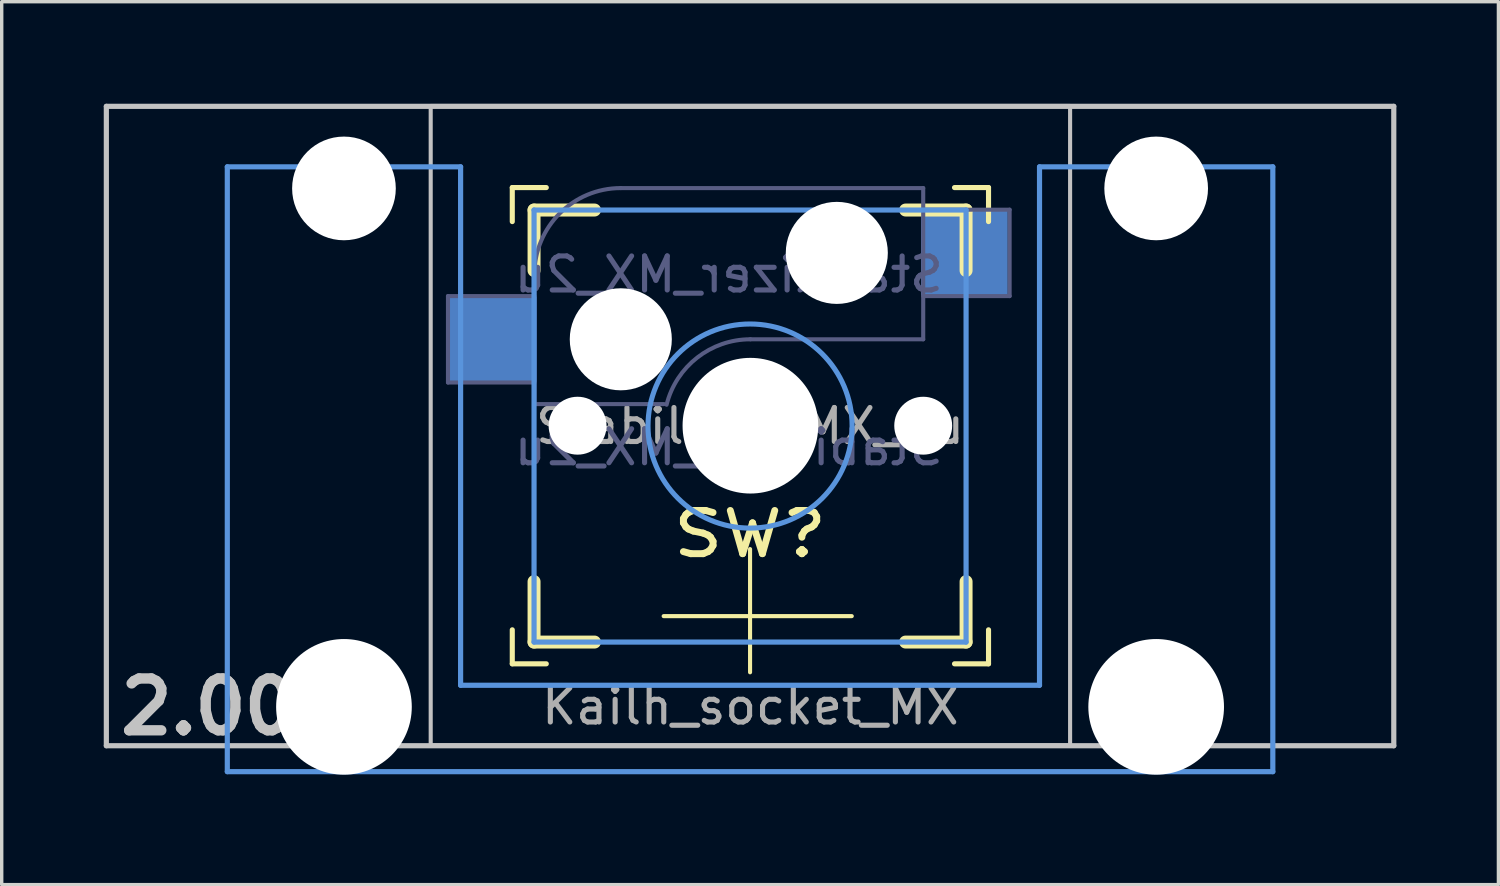
<source format=kicad_pcb>
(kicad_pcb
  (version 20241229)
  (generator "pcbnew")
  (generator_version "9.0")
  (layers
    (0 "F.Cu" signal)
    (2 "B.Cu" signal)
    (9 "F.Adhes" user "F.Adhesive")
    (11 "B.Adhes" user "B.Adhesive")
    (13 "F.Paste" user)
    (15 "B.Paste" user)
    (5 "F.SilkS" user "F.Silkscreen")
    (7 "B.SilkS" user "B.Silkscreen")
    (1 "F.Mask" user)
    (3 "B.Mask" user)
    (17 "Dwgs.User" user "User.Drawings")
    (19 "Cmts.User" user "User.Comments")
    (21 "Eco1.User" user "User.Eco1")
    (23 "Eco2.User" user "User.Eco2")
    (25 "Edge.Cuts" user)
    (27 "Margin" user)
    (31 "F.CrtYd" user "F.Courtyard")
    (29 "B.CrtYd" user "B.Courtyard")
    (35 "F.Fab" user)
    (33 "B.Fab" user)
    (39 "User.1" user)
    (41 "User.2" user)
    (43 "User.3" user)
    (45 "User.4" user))
  (footprint "Stabilizer_MX_2u"
    (layer "F.Cu")
    (at 18.999 9.474)
    (property "Reference" "Stabilizer_MX_2u" (at 0 0 0) (layer "F.Fab") (effects (font (size 1 1) (thickness 0.15))))
    (property "Value" "Stabilizer_MX_2u" (at 0 10.16 0) (layer "F.Fab") (hide yes) (effects (font (size 1 1) (thickness 0.15))))
    (attr through_hole)
    (fp_line (start -6.99 -6.01) (end -6.99 -7.01) (stroke (width 0.15) (type solid)) (layer "F.SilkS"))
    (fp_line (start -6.99 6.99) (end -6.99 5.99) (stroke (width 0.15) (type solid)) (layer "F.SilkS"))
    (fp_line (start -6.99 6.99) (end -5.99 6.99) (stroke (width 0.15) (type solid)) (layer "F.SilkS"))
    (fp_line (start -6.35 -6.35) (end -4.572 -6.35) (stroke (width 0.381) (type solid)) (layer "F.SilkS"))
    (fp_line (start -6.35 -4.572) (end -6.35 -6.35) (stroke (width 0.381) (type solid)) (layer "F.SilkS"))
    (fp_line (start -6.35 6.35) (end -6.35 4.572) (stroke (width 0.381) (type solid)) (layer "F.SilkS"))
    (fp_line (start -5.99 -7.01) (end -6.99 -7.01) (stroke (width 0.15) (type solid)) (layer "F.SilkS"))
    (fp_line (start -4.572 6.35) (end -6.35 6.35) (stroke (width 0.381) (type solid)) (layer "F.SilkS"))
    (fp_line (start -2.54 5.588) (end 2.99 5.588) (stroke (width 0.12) (type solid)) (layer "F.SilkS"))
    (fp_line (start 0 7.239) (end 0 3.617) (stroke (width 0.12) (type solid)) (layer "F.SilkS"))
    (fp_line (start 4.572 -6.35) (end 6.35 -6.35) (stroke (width 0.381) (type solid)) (layer "F.SilkS"))
    (fp_line (start 6.01 6.99) (end 7.01 6.99) (stroke (width 0.15) (type solid)) (layer "F.SilkS"))
    (fp_line (start 6.35 -6.35) (end 6.35 -4.572) (stroke (width 0.381) (type solid)) (layer "F.SilkS"))
    (fp_line (start 6.35 4.572) (end 6.35 6.35) (stroke (width 0.381) (type solid)) (layer "F.SilkS"))
    (fp_line (start 6.35 6.35) (end 4.572 6.35) (stroke (width 0.381) (type solid)) (layer "F.SilkS"))
    (fp_line (start 7.01 -7.01) (end 6.01 -7.01) (stroke (width 0.15) (type solid)) (layer "F.SilkS"))
    (fp_line (start 7.01 -7.01) (end 7.01 -6.01) (stroke (width 0.15) (type solid)) (layer "F.SilkS"))
    (fp_line (start 7.01 5.99) (end 7.01 6.99) (stroke (width 0.15) (type solid)) (layer "F.SilkS"))
    (fp_line (start -18.923 -9.398) (end 18.923 -9.398) (stroke (width 0.152) (type solid)) (layer "Dwgs.User"))
    (fp_line (start -18.923 9.398) (end -18.923 -9.398) (stroke (width 0.152) (type solid)) (layer "Dwgs.User"))
    (fp_line (start -9.388 -9.408) (end 9.408 -9.408) (stroke (width 0.12) (type solid)) (layer "Dwgs.User"))
    (fp_line (start -9.388 9.388) (end -9.388 -9.408) (stroke (width 0.12) (type solid)) (layer "Dwgs.User"))
    (fp_line (start 9.408 -9.408) (end 9.408 9.388) (stroke (width 0.12) (type solid)) (layer "Dwgs.User"))
    (fp_line (start 9.408 9.388) (end -9.388 9.388) (stroke (width 0.12) (type solid)) (layer "Dwgs.User"))
    (fp_line (start 18.923 -9.398) (end 18.923 9.398) (stroke (width 0.152) (type solid)) (layer "Dwgs.User"))
    (fp_line (start 18.923 9.398) (end -18.923 9.398) (stroke (width 0.152) (type solid)) (layer "Dwgs.User"))
    (fp_line (start -15.367 -7.62) (end -15.367 10.16) (stroke (width 0.152) (type solid)) (layer "Cmts.User"))
    (fp_line (start -15.367 10.16) (end 15.367 10.16) (stroke (width 0.152) (type solid)) (layer "Cmts.User"))
    (fp_line (start -8.509 -7.62) (end -15.367 -7.62) (stroke (width 0.152) (type solid)) (layer "Cmts.User"))
    (fp_line (start -8.509 7.62) (end -8.509 -7.62) (stroke (width 0.152) (type solid)) (layer "Cmts.User"))
    (fp_line (start -6.35 -6.35) (end 6.35 -6.35) (stroke (width 0.152) (type solid)) (layer "Cmts.User"))
    (fp_line (start -6.35 6.35) (end -6.35 -6.35) (stroke (width 0.152) (type solid)) (layer "Cmts.User"))
    (fp_line (start 6.35 -6.35) (end 6.35 6.35) (stroke (width 0.152) (type solid)) (layer "Cmts.User"))
    (fp_line (start 6.35 6.35) (end -6.35 6.35) (stroke (width 0.152) (type solid)) (layer "Cmts.User"))
    (fp_line (start 8.509 -7.62) (end 8.509 7.62) (stroke (width 0.152) (type solid)) (layer "Cmts.User"))
    (fp_line (start 8.509 7.62) (end -8.509 7.62) (stroke (width 0.152) (type solid)) (layer "Cmts.User"))
    (fp_line (start 15.367 -7.62) (end 8.509 -7.62) (stroke (width 0.152) (type solid)) (layer "Cmts.User"))
    (fp_line (start 15.367 10.16) (end 15.367 -7.62) (stroke (width 0.152) (type solid)) (layer "Cmts.User"))
    (fp_circle (center 0 0) (end 3 0) (stroke (width 0.15) (type solid)) (fill no) (layer "Cmts.User"))
    (fp_line (start -16.5 -9.2) (end -16.5 10.42) (stroke (width 0.12) (type solid)) (layer "Eco1.User"))
    (fp_line (start -16.5 -9.2) (end -8.24 -9.2) (stroke (width 0.12) (type solid)) (layer "Eco1.User"))
    (fp_line (start -16.5 10.42) (end -8.24 10.42) (stroke (width 0.12) (type solid)) (layer "Eco1.User"))
    (fp_line (start -8.24 -9.2) (end -8.24 10.42) (stroke (width 0.12) (type solid)) (layer "Eco1.User"))
    (fp_line (start -7.25 -7.25) (end 7.25 -7.25) (stroke (width 0.15) (type solid)) (layer "Eco1.User"))
    (fp_line (start -7.25 7.25) (end -7.25 -7.25) (stroke (width 0.15) (type solid)) (layer "Eco1.User"))
    (fp_line (start 7.25 -7.25) (end 7.25 7.25) (stroke (width 0.15) (type solid)) (layer "Eco1.User"))
    (fp_line (start 7.25 7.25) (end -7.25 7.25) (stroke (width 0.15) (type solid)) (layer "Eco1.User"))
    (fp_line (start 8.18 -9.2) (end 8.18 10.39) (stroke (width 0.12) (type solid)) (layer "Eco1.User"))
    (fp_line (start 8.18 -9.2) (end 16.44 -9.2) (stroke (width 0.12) (type solid)) (layer "Eco1.User"))
    (fp_line (start 8.18 10.39) (end 16.44 10.39) (stroke (width 0.12) (type solid)) (layer "Eco1.User"))
    (fp_line (start 16.44 -9.2) (end 16.44 10.39) (stroke (width 0.12) (type solid)) (layer "Eco1.User"))
    (fp_line (start -16.129 -2.286) (end -15.265 -2.286) (stroke (width 0.152) (type solid)) (layer "Eco2.User"))
    (fp_line (start -16.129 0.508) (end -16.129 -2.286) (stroke (width 0.152) (type solid)) (layer "Eco2.User"))
    (fp_line (start -15.265 -5.69) (end -8.611 -5.69) (stroke (width 0.152) (type solid)) (layer "Eco2.User"))
    (fp_line (start -15.265 -2.286) (end -15.265 -5.69) (stroke (width 0.152) (type solid)) (layer "Eco2.User"))
    (fp_line (start -15.265 0.508) (end -16.129 0.508) (stroke (width 0.152) (type solid)) (layer "Eco2.User"))
    (fp_line (start -15.265 6.604) (end -15.265 0.508) (stroke (width 0.152) (type solid)) (layer "Eco2.User"))
    (fp_line (start -14.224 6.604) (end -15.265 6.604) (stroke (width 0.152) (type solid)) (layer "Eco2.User"))
    (fp_line (start -14.224 7.772) (end -14.224 6.604) (stroke (width 0.152) (type solid)) (layer "Eco2.User"))
    (fp_line (start -9.652 6.604) (end -9.652 7.772) (stroke (width 0.152) (type solid)) (layer "Eco2.User"))
    (fp_line (start -9.652 7.772) (end -14.224 7.772) (stroke (width 0.152) (type solid)) (layer "Eco2.User"))
    (fp_line (start -8.611 -5.69) (end -8.611 -4.877) (stroke (width 0.152) (type solid)) (layer "Eco2.User"))
    (fp_line (start -8.611 -4.877) (end -6.985 -4.877) (stroke (width 0.152) (type solid)) (layer "Eco2.User"))
    (fp_line (start -8.611 5.817) (end -8.611 6.604) (stroke (width 0.152) (type solid)) (layer "Eco2.User"))
    (fp_line (start -8.611 6.604) (end -9.652 6.604) (stroke (width 0.152) (type solid)) (layer "Eco2.User"))
    (fp_line (start -6.985 -6.985) (end 6.985 -6.985) (stroke (width 0.152) (type solid)) (layer "Eco2.User"))
    (fp_line (start -6.985 -4.877) (end -6.985 -6.985) (stroke (width 0.152) (type solid)) (layer "Eco2.User"))
    (fp_line (start -6.985 5.817) (end -8.611 5.817) (stroke (width 0.152) (type solid)) (layer "Eco2.User"))
    (fp_line (start -6.985 6.985) (end -6.985 5.817) (stroke (width 0.152) (type solid)) (layer "Eco2.User"))
    (fp_line (start -6.89 6.89) (end -6.89 -6.91) (stroke (width 0.15) (type solid)) (layer "Eco2.User"))
    (fp_line (start -6.89 6.89) (end 6.91 6.89) (stroke (width 0.15) (type solid)) (layer "Eco2.User"))
    (fp_line (start -2.6 4.039) (end -2.6 7.239) (stroke (width 0.15) (type solid)) (layer "Eco2.User"))
    (fp_line (start -2.6 7.239) (end 2.6 7.239) (stroke (width 0.15) (type solid)) (layer "Eco2.User"))
    (fp_line (start 2.6 4) (end -2.6 4) (stroke (width 0.15) (type solid)) (layer "Eco2.User"))
    (fp_line (start 2.6 4) (end 2.6 7.2) (stroke (width 0.15) (type solid)) (layer "Eco2.User"))
    (fp_line (start 6.91 -6.91) (end -6.89 -6.91) (stroke (width 0.15) (type solid)) (layer "Eco2.User"))
    (fp_line (start 6.91 -6.91) (end 6.91 6.89) (stroke (width 0.15) (type solid)) (layer "Eco2.User"))
    (fp_line (start 6.985 -6.985) (end 6.985 -4.877) (stroke (width 0.152) (type solid)) (layer "Eco2.User"))
    (fp_line (start 6.985 -4.877) (end 8.611 -4.877) (stroke (width 0.152) (type solid)) (layer "Eco2.User"))
    (fp_line (start 6.985 5.817) (end 6.985 6.985) (stroke (width 0.152) (type solid)) (layer "Eco2.User"))
    (fp_line (start 6.985 6.985) (end -6.985 6.985) (stroke (width 0.152) (type solid)) (layer "Eco2.User"))
    (fp_line (start 8.611 -5.69) (end 15.265 -5.69) (stroke (width 0.152) (type solid)) (layer "Eco2.User"))
    (fp_line (start 8.611 -4.877) (end 8.611 -5.69) (stroke (width 0.152) (type solid)) (layer "Eco2.User"))
    (fp_line (start 8.611 5.817) (end 6.985 5.817) (stroke (width 0.152) (type solid)) (layer "Eco2.User"))
    (fp_line (start 8.611 6.604) (end 8.611 5.817) (stroke (width 0.152) (type solid)) (layer "Eco2.User"))
    (fp_line (start 9.652 6.604) (end 8.611 6.604) (stroke (width 0.152) (type solid)) (layer "Eco2.User"))
    (fp_line (start 9.652 7.772) (end 9.652 6.604) (stroke (width 0.152) (type solid)) (layer "Eco2.User"))
    (fp_line (start 14.224 6.604) (end 14.224 7.772) (stroke (width 0.152) (type solid)) (layer "Eco2.User"))
    (fp_line (start 14.224 7.772) (end 9.652 7.772) (stroke (width 0.152) (type solid)) (layer "Eco2.User"))
    (fp_line (start 15.265 -5.69) (end 15.265 -2.286) (stroke (width 0.152) (type solid)) (layer "Eco2.User"))
    (fp_line (start 15.265 -2.286) (end 16.129 -2.286) (stroke (width 0.152) (type solid)) (layer "Eco2.User"))
    (fp_line (start 15.265 0.508) (end 15.265 6.604) (stroke (width 0.152) (type solid)) (layer "Eco2.User"))
    (fp_line (start 15.265 6.604) (end 14.224 6.604) (stroke (width 0.152) (type solid)) (layer "Eco2.User"))
    (fp_line (start 16.129 -2.286) (end 16.129 0.508) (stroke (width 0.152) (type solid)) (layer "Eco2.User"))
    (fp_line (start 16.129 0.508) (end 15.265 0.508) (stroke (width 0.152) (type solid)) (layer "Eco2.User"))
    (fp_line (start -8.88 -3.82) (end -6.34 -3.82) (stroke (width 0.12) (type solid)) (layer "B.Fab"))
    (fp_line (start -8.88 -1.28) (end -8.88 -3.82) (stroke (width 0.12) (type solid)) (layer "B.Fab"))
    (fp_line (start -6.34 -1.28) (end -8.88 -1.28) (stroke (width 0.12) (type solid)) (layer "B.Fab"))
    (fp_line (start -6.34 -0.645) (end -6.34 -4.455) (stroke (width 0.12) (type solid)) (layer "B.Fab"))
    (fp_line (start -6.34 -0.645) (end -2.53 -0.645) (stroke (width 0.12) (type solid)) (layer "B.Fab"))
    (fp_line (start -3.8 -6.995) (end 5.09 -6.995) (stroke (width 0.12) (type solid)) (layer "B.Fab"))
    (fp_line (start 5.09 -6.995) (end 5.09 -2.55) (stroke (width 0.12) (type solid)) (layer "B.Fab"))
    (fp_line (start 5.09 -6.36) (end 7.63 -6.36) (stroke (width 0.12) (type solid)) (layer "B.Fab"))
    (fp_line (start 5.09 -2.55) (end 0.01 -2.55) (stroke (width 0.12) (type solid)) (layer "B.Fab"))
    (fp_line (start 7.63 -6.36) (end 7.63 -3.82) (stroke (width 0.12) (type solid)) (layer "B.Fab"))
    (fp_line (start 7.63 -3.82) (end 5.09 -3.82) (stroke (width 0.12) (type solid)) (layer "B.Fab"))
    (fp_arc (start -6.34 -4.455) (mid -5.596051 -6.251051) (end -3.8 -6.995) (stroke (width 0.12) (type solid)) (layer "B.Fab"))
    (fp_arc (start -2.454162 -0.62604) (mid -1.553147 -2.012042) (end 0.01 -2.55) (stroke (width 0.12) (type solid)) (layer "B.Fab"))
    (fp_text user "SW?" (at 0 3.175 0) (layer "F.SilkS") (effects (font (size 1.27 1.524) (thickness 0.203))))
    (fp_text user "2.00u" (at -15.24 8.255 0) (layer "Dwgs.User") (effects (font (size 1.524 1.524) (thickness 0.305))))
    (fp_text user "${VALUE}" (at -0.625 0.625 0) (layer "B.Fab") (effects (font (size 1 1) (thickness 0.15)) (justify mirror)))
    (fp_text user "${REFERENCE}" (at -0.625 -4.455 0) (layer "B.Fab") (effects (font (size 1 1) (thickness 0.15)) (justify mirror)))
    (fp_text user "Kailh_socket_MX" (at 0.01 8.245 0) (layer "F.Fab") (effects (font (size 1 1) (thickness 0.15))))
    (pad "" np_thru_hole circle (at -11.938 -6.985) (size 3.048 3.048) (drill 3.048) (layers "*.Cu"))
    (pad "" np_thru_hole circle (at -11.938 8.255) (size 3.988 3.988) (drill 3.988) (layers "*.Cu"))
    (pad "" np_thru_hole circle (at -5.07 -0.01) (size 1.702 1.702) (drill 1.702) (layers "*.Cu" "*.Mask"))
    (pad "" np_thru_hole circle (at -3.8 -2.55) (size 3 3) (drill 3) (layers "*.Cu" "*.Mask"))
    (pad "" np_thru_hole circle (at 0.01 -0.01) (size 3.988 3.988) (drill 3.988) (layers "*.Cu" "*.Mask"))
    (pad "" np_thru_hole circle (at 2.55 -5.09) (size 3 3) (drill 3) (layers "*.Cu" "*.Mask"))
    (pad "" np_thru_hole circle (at 5.09 -0.01) (size 1.702 1.702) (drill 1.702) (layers "*.Cu" "*.Mask"))
    (pad "" np_thru_hole circle (at 11.938 -6.985) (size 3.048 3.048) (drill 3.048) (layers "*.Cu"))
    (pad "" np_thru_hole circle (at 11.938 8.255) (size 3.988 3.988) (drill 3.988) (layers "*.Cu"))
    (pad "1" smd rect (at 6.3 -5.09) (size 2.55 2.5) (layers "B.Cu" "B.Mask" "B.Paste"))
    (pad "2" smd rect (at -7.55 -2.55) (size 2.55 2.5) (layers "B.Cu" "B.Mask" "B.Paste")))
  (gr_rect
    (start -3 -3)
    (end 40.998 22.954)
    (stroke (width 0.1) (type default))
    (fill no)
    (layer "Edge.Cuts")))
</source>
